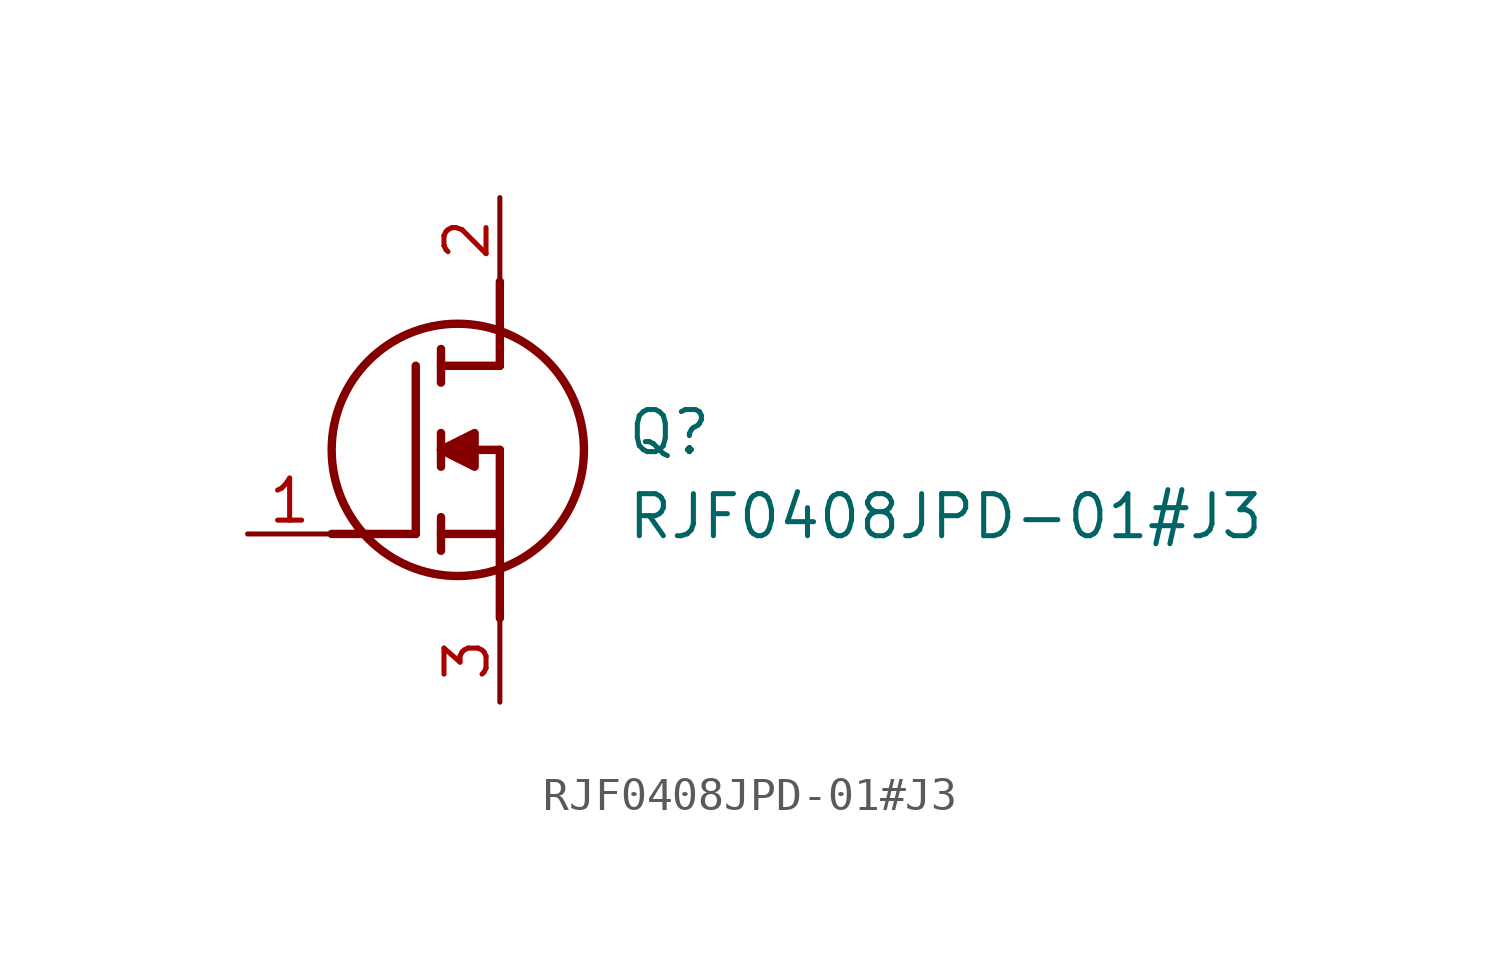
<source format=kicad_sym>
(kicad_symbol_lib
  (version 20211014)
  (generator SamacSys_ECAD_Model)
  (symbol "RJF0408JPD-01#J3"
    (pin_names hide)
    (property "Reference" "Q"
      (at 11.43 3.81 0)
      (effects (font (size 1.27 1.27)) (justify left top)))
    (property "Value" "RJF0408JPD-01#J3"
      (at 11.43 1.27 0)
      (effects (font (size 1.27 1.27)) (justify left top)))
    (polyline
      (pts (xy 7.62 2.54) (xy 7.62 -2.54))
      (stroke (width 0.254) (type default))
      (fill (type none)))
    (polyline
      (pts (xy 7.62 5.08) (xy 7.62 7.62))
      (stroke (width 0.254) (type default))
      (fill (type none)))
    (polyline
      (pts (xy 2.54 0) (xy 5.08 0))
      (stroke (width 0.254) (type default))
      (fill (type none)))
    (polyline
      (pts (xy 5.08 5.08) (xy 5.08 0))
      (stroke (width 0.254) (type default))
      (fill (type none)))
    (polyline
      (pts (xy 7.62 2.54) (xy 5.842 2.54))
      (stroke (width 0.254) (type default))
      (fill (type none)))
    (polyline
      (pts (xy 7.62 5.08) (xy 5.842 5.08))
      (stroke (width 0.254) (type default))
      (fill (type none)))
    (polyline
      (pts (xy 5.842 0) (xy 7.62 0))
      (stroke (width 0.254) (type default))
      (fill (type none)))
    (polyline
      (pts (xy 5.842 5.588) (xy 5.842 4.572))
      (stroke (width 0.254) (type default))
      (fill (type none)))
    (polyline
      (pts (xy 5.842 -0.508) (xy 5.842 0.508))
      (stroke (width 0.254) (type default))
      (fill (type none)))
    (polyline
      (pts (xy 5.842 2.032) (xy 5.842 3.048))
      (stroke (width 0.254) (type default))
      (fill (type none)))
    (circle
      (center 6.35 2.54)
      (radius 3.81)
      (stroke (width 0.254) (type default))
      (fill (type none)))
    (polyline
      (pts (xy 5.842 2.54) (xy 6.858 3.048) (xy 6.858 2.032) (xy 5.842 2.54))
      (stroke (width 0.254) (type default))
      (fill (type outline)))
    (pin passive line
      (at 0 0 0)
      (length 2.54)
      (name "G" (effects (font (size 1.27 1.27))))
      (number "1" (effects (font (size 1.27 1.27)))))
    (pin passive line
      (at 7.62 10.16 270)
      (length 2.54)
      (name "D" (effects (font (size 1.27 1.27))))
      (number "2" (effects (font (size 1.27 1.27)))))
    (pin passive line
      (at 7.62 -5.08 90)
      (length 2.54)
      (name "S" (effects (font (size 1.27 1.27))))
      (number "3" (effects (font (size 1.27 1.27)))))))
</source>
